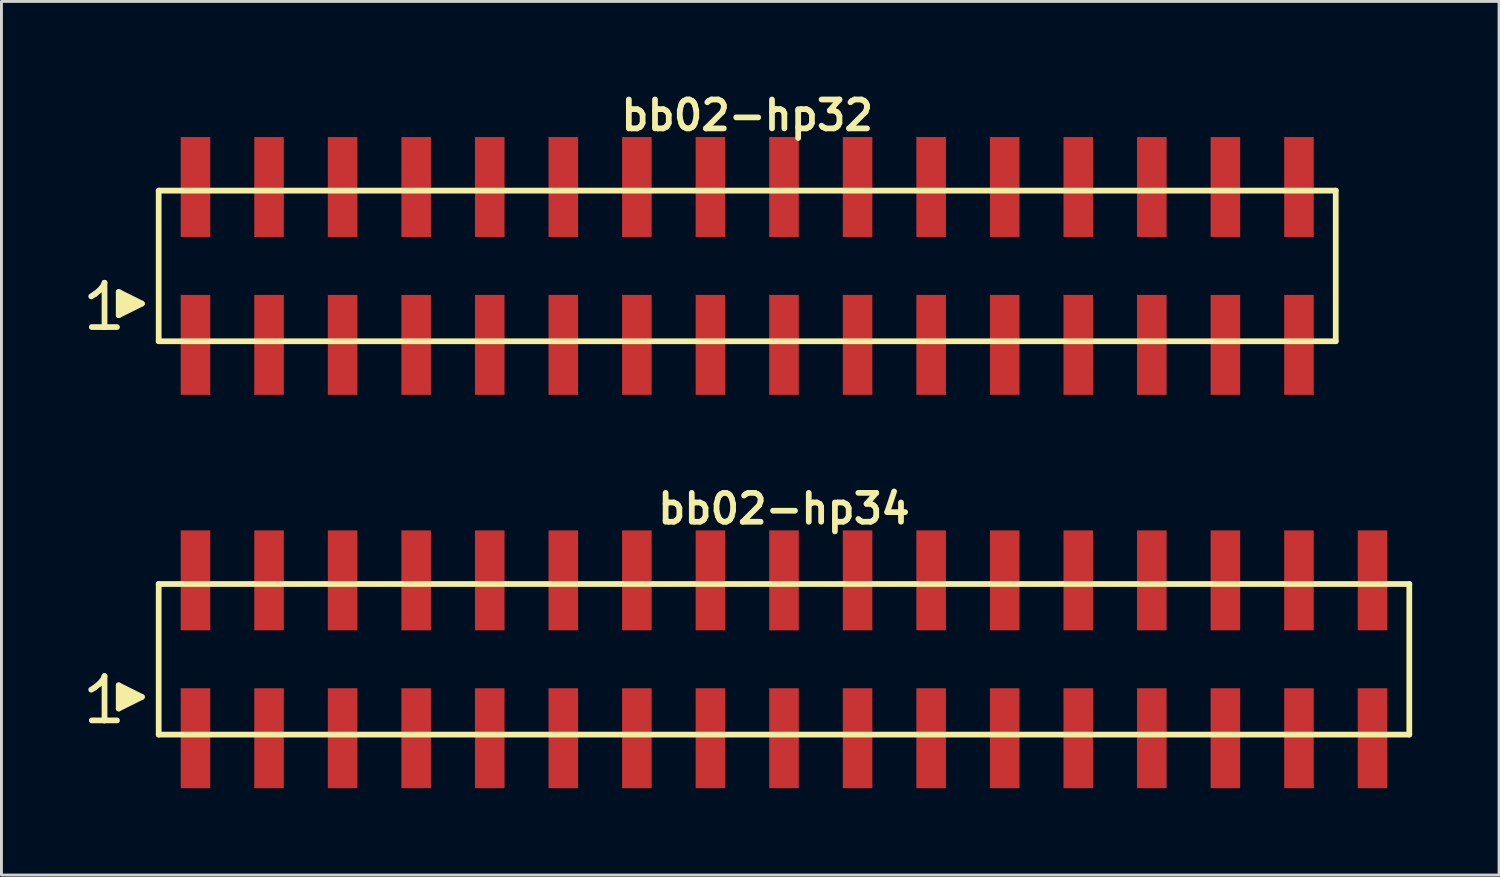
<source format=kicad_pcb>
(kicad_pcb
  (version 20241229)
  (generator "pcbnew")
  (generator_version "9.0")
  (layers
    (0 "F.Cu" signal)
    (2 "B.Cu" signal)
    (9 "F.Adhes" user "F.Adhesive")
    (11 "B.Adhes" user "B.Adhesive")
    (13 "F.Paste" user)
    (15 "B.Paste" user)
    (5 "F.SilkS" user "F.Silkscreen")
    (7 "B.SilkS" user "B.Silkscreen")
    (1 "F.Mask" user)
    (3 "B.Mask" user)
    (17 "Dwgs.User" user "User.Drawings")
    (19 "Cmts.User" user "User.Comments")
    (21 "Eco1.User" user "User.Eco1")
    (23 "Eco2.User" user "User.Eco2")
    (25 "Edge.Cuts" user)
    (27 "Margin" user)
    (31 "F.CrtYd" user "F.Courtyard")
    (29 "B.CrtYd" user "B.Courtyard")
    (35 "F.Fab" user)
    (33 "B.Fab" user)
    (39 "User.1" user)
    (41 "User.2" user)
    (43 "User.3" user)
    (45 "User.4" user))
  (footprint "bb02-hp32"
    (layer "F.Cu")
    (at 22.749 6.132)
    (property "Reference" "bb02-hp32" (at 0 -5.2 0) (layer "F.SilkS") (effects (font (size 0.998 0.998) (thickness 0.198))))
    (attr through_hole)
    (fp_line (start -22.65 1.05) (end -22.52 0.97) (stroke (width 0.198) (type solid)) (layer "F.SilkS"))
    (fp_line (start -22.52 0.97) (end -22.36 0.84) (stroke (width 0.198) (type solid)) (layer "F.SilkS"))
    (fp_line (start -22.36 0.84) (end -22.22 0.67) (stroke (width 0.198) (type solid)) (layer "F.SilkS"))
    (fp_line (start -22.22 0.67) (end -22.19 0.58) (stroke (width 0.198) (type solid)) (layer "F.SilkS"))
    (fp_line (start -22.19 0.58) (end -22.19 2.11) (stroke (width 0.198) (type solid)) (layer "F.SilkS"))
    (fp_line (start -22.19 2.11) (end -22.63 2.11) (stroke (width 0.198) (type solid)) (layer "F.SilkS"))
    (fp_line (start -21.76 2.11) (end -22.2 2.11) (stroke (width 0.198) (type solid)) (layer "F.SilkS"))
    (fp_line (start -21.7 0.9) (end -20.9 1.3) (stroke (width 0.198) (type solid)) (layer "F.SilkS"))
    (fp_line (start -21.7 1.7) (end -21.7 0.9) (stroke (width 0.198) (type solid)) (layer "F.SilkS"))
    (fp_line (start -21.6 1.6) (end -21.6 1) (stroke (width 0.198) (type solid)) (layer "F.SilkS"))
    (fp_line (start -21.5 1.1) (end -21.5 1.5) (stroke (width 0.198) (type solid)) (layer "F.SilkS"))
    (fp_line (start -21.4 1.5) (end -21.4 1.1) (stroke (width 0.198) (type solid)) (layer "F.SilkS"))
    (fp_line (start -21.3 1.2) (end -21.3 1.4) (stroke (width 0.198) (type solid)) (layer "F.SilkS"))
    (fp_line (start -21.2 1.4) (end -21.2 1.2) (stroke (width 0.198) (type solid)) (layer "F.SilkS"))
    (fp_line (start -20.9 1.3) (end -21.7 1.7) (stroke (width 0.198) (type solid)) (layer "F.SilkS"))
    (fp_line (start -20.32 -2.6) (end -20.32 2.6) (stroke (width 0.198) (type solid)) (layer "F.SilkS"))
    (fp_line (start -20.32 -2.6) (end 20.32 -2.6) (stroke (width 0.198) (type solid)) (layer "F.SilkS"))
    (fp_line (start 20.32 2.6) (end -20.32 2.6) (stroke (width 0.198) (type solid)) (layer "F.SilkS"))
    (fp_line (start 20.32 2.6) (end 20.32 -2.6) (stroke (width 0.198) (type solid)) (layer "F.SilkS"))
    (pad "1" smd rect (at -19.05 2.725) (size 1.02 3.45) (layers "F.Cu" "F.Mask" "F.Paste"))
    (pad "2" smd rect (at -19.05 -2.725) (size 1.02 3.45) (layers "F.Cu" "F.Mask" "F.Paste"))
    (pad "3" smd rect (at -16.51 2.725) (size 1.02 3.45) (layers "F.Cu" "F.Mask" "F.Paste"))
    (pad "4" smd rect (at -16.51 -2.725) (size 1.02 3.45) (layers "F.Cu" "F.Mask" "F.Paste"))
    (pad "5" smd rect (at -13.97 2.725) (size 1.02 3.45) (layers "F.Cu" "F.Mask" "F.Paste"))
    (pad "6" smd rect (at -13.97 -2.725) (size 1.02 3.45) (layers "F.Cu" "F.Mask" "F.Paste"))
    (pad "7" smd rect (at -11.43 2.725) (size 1.02 3.45) (layers "F.Cu" "F.Mask" "F.Paste"))
    (pad "8" smd rect (at -11.43 -2.725) (size 1.02 3.45) (layers "F.Cu" "F.Mask" "F.Paste"))
    (pad "9" smd rect (at -8.89 2.725) (size 1.02 3.45) (layers "F.Cu" "F.Mask" "F.Paste"))
    (pad "10" smd rect (at -8.89 -2.725) (size 1.02 3.45) (layers "F.Cu" "F.Mask" "F.Paste"))
    (pad "11" smd rect (at -6.35 2.725) (size 1.02 3.45) (layers "F.Cu" "F.Mask" "F.Paste"))
    (pad "12" smd rect (at -6.35 -2.725) (size 1.02 3.45) (layers "F.Cu" "F.Mask" "F.Paste"))
    (pad "13" smd rect (at -3.81 2.725) (size 1.02 3.45) (layers "F.Cu" "F.Mask" "F.Paste"))
    (pad "14" smd rect (at -3.81 -2.725) (size 1.02 3.45) (layers "F.Cu" "F.Mask" "F.Paste"))
    (pad "15" smd rect (at -1.27 2.725) (size 1.02 3.45) (layers "F.Cu" "F.Mask" "F.Paste"))
    (pad "16" smd rect (at -1.27 -2.725) (size 1.02 3.45) (layers "F.Cu" "F.Mask" "F.Paste"))
    (pad "17" smd rect (at 1.27 2.725) (size 1.02 3.45) (layers "F.Cu" "F.Mask" "F.Paste"))
    (pad "18" smd rect (at 1.27 -2.725) (size 1.02 3.45) (layers "F.Cu" "F.Mask" "F.Paste"))
    (pad "19" smd rect (at 3.81 2.725) (size 1.02 3.45) (layers "F.Cu" "F.Mask" "F.Paste"))
    (pad "20" smd rect (at 3.81 -2.725) (size 1.02 3.45) (layers "F.Cu" "F.Mask" "F.Paste"))
    (pad "21" smd rect (at 6.35 2.725) (size 1.02 3.45) (layers "F.Cu" "F.Mask" "F.Paste"))
    (pad "22" smd rect (at 6.35 -2.725) (size 1.02 3.45) (layers "F.Cu" "F.Mask" "F.Paste"))
    (pad "23" smd rect (at 8.89 2.725) (size 1.02 3.45) (layers "F.Cu" "F.Mask" "F.Paste"))
    (pad "24" smd rect (at 8.89 -2.725) (size 1.02 3.45) (layers "F.Cu" "F.Mask" "F.Paste"))
    (pad "25" smd rect (at 11.43 2.725) (size 1.02 3.45) (layers "F.Cu" "F.Mask" "F.Paste"))
    (pad "26" smd rect (at 11.43 -2.725) (size 1.02 3.45) (layers "F.Cu" "F.Mask" "F.Paste"))
    (pad "27" smd rect (at 13.97 2.725) (size 1.02 3.45) (layers "F.Cu" "F.Mask" "F.Paste"))
    (pad "28" smd rect (at 13.97 -2.725) (size 1.02 3.45) (layers "F.Cu" "F.Mask" "F.Paste"))
    (pad "29" smd rect (at 16.51 2.725) (size 1.02 3.45) (layers "F.Cu" "F.Mask" "F.Paste"))
    (pad "30" smd rect (at 16.51 -2.725) (size 1.02 3.45) (layers "F.Cu" "F.Mask" "F.Paste"))
    (pad "31" smd rect (at 19.05 2.725) (size 1.02 3.45) (layers "F.Cu" "F.Mask" "F.Paste"))
    (pad "32" smd rect (at 19.05 -2.725) (size 1.02 3.45) (layers "F.Cu" "F.Mask" "F.Paste")))
  (footprint "bb02-hp34"
    (layer "F.Cu")
    (at 24.019 19.713)
    (property "Reference" "bb02-hp34" (at 0 -5.2 0) (layer "F.SilkS") (effects (font (size 0.998 0.998) (thickness 0.198))))
    (attr through_hole)
    (fp_line (start -23.92 1.05) (end -23.79 0.97) (stroke (width 0.198) (type solid)) (layer "F.SilkS"))
    (fp_line (start -23.79 0.97) (end -23.63 0.84) (stroke (width 0.198) (type solid)) (layer "F.SilkS"))
    (fp_line (start -23.63 0.84) (end -23.49 0.67) (stroke (width 0.198) (type solid)) (layer "F.SilkS"))
    (fp_line (start -23.49 0.67) (end -23.46 0.58) (stroke (width 0.198) (type solid)) (layer "F.SilkS"))
    (fp_line (start -23.46 0.58) (end -23.46 2.11) (stroke (width 0.198) (type solid)) (layer "F.SilkS"))
    (fp_line (start -23.46 2.11) (end -23.9 2.11) (stroke (width 0.198) (type solid)) (layer "F.SilkS"))
    (fp_line (start -23.03 2.11) (end -23.47 2.11) (stroke (width 0.198) (type solid)) (layer "F.SilkS"))
    (fp_line (start -22.97 0.9) (end -22.17 1.3) (stroke (width 0.198) (type solid)) (layer "F.SilkS"))
    (fp_line (start -22.97 1.7) (end -22.97 0.9) (stroke (width 0.198) (type solid)) (layer "F.SilkS"))
    (fp_line (start -22.87 1.6) (end -22.87 1) (stroke (width 0.198) (type solid)) (layer "F.SilkS"))
    (fp_line (start -22.77 1.1) (end -22.77 1.5) (stroke (width 0.198) (type solid)) (layer "F.SilkS"))
    (fp_line (start -22.67 1.5) (end -22.67 1.1) (stroke (width 0.198) (type solid)) (layer "F.SilkS"))
    (fp_line (start -22.57 1.2) (end -22.57 1.4) (stroke (width 0.198) (type solid)) (layer "F.SilkS"))
    (fp_line (start -22.47 1.4) (end -22.47 1.2) (stroke (width 0.198) (type solid)) (layer "F.SilkS"))
    (fp_line (start -22.17 1.3) (end -22.97 1.7) (stroke (width 0.198) (type solid)) (layer "F.SilkS"))
    (fp_line (start -21.59 -2.6) (end -21.59 2.6) (stroke (width 0.198) (type solid)) (layer "F.SilkS"))
    (fp_line (start -21.59 -2.6) (end 21.59 -2.6) (stroke (width 0.198) (type solid)) (layer "F.SilkS"))
    (fp_line (start 21.59 2.6) (end -21.59 2.6) (stroke (width 0.198) (type solid)) (layer "F.SilkS"))
    (fp_line (start 21.59 2.6) (end 21.59 -2.6) (stroke (width 0.198) (type solid)) (layer "F.SilkS"))
    (pad "1" smd rect (at -20.32 2.725) (size 1.02 3.45) (layers "F.Cu" "F.Mask" "F.Paste"))
    (pad "2" smd rect (at -20.32 -2.725) (size 1.02 3.45) (layers "F.Cu" "F.Mask" "F.Paste"))
    (pad "3" smd rect (at -17.78 2.725) (size 1.02 3.45) (layers "F.Cu" "F.Mask" "F.Paste"))
    (pad "4" smd rect (at -17.78 -2.725) (size 1.02 3.45) (layers "F.Cu" "F.Mask" "F.Paste"))
    (pad "5" smd rect (at -15.24 2.725) (size 1.02 3.45) (layers "F.Cu" "F.Mask" "F.Paste"))
    (pad "6" smd rect (at -15.24 -2.725) (size 1.02 3.45) (layers "F.Cu" "F.Mask" "F.Paste"))
    (pad "7" smd rect (at -12.7 2.725) (size 1.02 3.45) (layers "F.Cu" "F.Mask" "F.Paste"))
    (pad "8" smd rect (at -12.7 -2.725) (size 1.02 3.45) (layers "F.Cu" "F.Mask" "F.Paste"))
    (pad "9" smd rect (at -10.16 2.725) (size 1.02 3.45) (layers "F.Cu" "F.Mask" "F.Paste"))
    (pad "10" smd rect (at -10.16 -2.725) (size 1.02 3.45) (layers "F.Cu" "F.Mask" "F.Paste"))
    (pad "11" smd rect (at -7.62 2.725) (size 1.02 3.45) (layers "F.Cu" "F.Mask" "F.Paste"))
    (pad "12" smd rect (at -7.62 -2.725) (size 1.02 3.45) (layers "F.Cu" "F.Mask" "F.Paste"))
    (pad "13" smd rect (at -5.08 2.725) (size 1.02 3.45) (layers "F.Cu" "F.Mask" "F.Paste"))
    (pad "14" smd rect (at -5.08 -2.725) (size 1.02 3.45) (layers "F.Cu" "F.Mask" "F.Paste"))
    (pad "15" smd rect (at -2.54 2.725) (size 1.02 3.45) (layers "F.Cu" "F.Mask" "F.Paste"))
    (pad "16" smd rect (at -2.54 -2.725) (size 1.02 3.45) (layers "F.Cu" "F.Mask" "F.Paste"))
    (pad "17" smd rect (at 0 2.725) (size 1.02 3.45) (layers "F.Cu" "F.Mask" "F.Paste"))
    (pad "18" smd rect (at 0 -2.725) (size 1.02 3.45) (layers "F.Cu" "F.Mask" "F.Paste"))
    (pad "19" smd rect (at 2.54 2.725) (size 1.02 3.45) (layers "F.Cu" "F.Mask" "F.Paste"))
    (pad "20" smd rect (at 2.54 -2.725) (size 1.02 3.45) (layers "F.Cu" "F.Mask" "F.Paste"))
    (pad "21" smd rect (at 5.08 2.725) (size 1.02 3.45) (layers "F.Cu" "F.Mask" "F.Paste"))
    (pad "22" smd rect (at 5.08 -2.725) (size 1.02 3.45) (layers "F.Cu" "F.Mask" "F.Paste"))
    (pad "23" smd rect (at 7.62 2.725) (size 1.02 3.45) (layers "F.Cu" "F.Mask" "F.Paste"))
    (pad "24" smd rect (at 7.62 -2.725) (size 1.02 3.45) (layers "F.Cu" "F.Mask" "F.Paste"))
    (pad "25" smd rect (at 10.16 2.725) (size 1.02 3.45) (layers "F.Cu" "F.Mask" "F.Paste"))
    (pad "26" smd rect (at 10.16 -2.725) (size 1.02 3.45) (layers "F.Cu" "F.Mask" "F.Paste"))
    (pad "27" smd rect (at 12.7 2.725) (size 1.02 3.45) (layers "F.Cu" "F.Mask" "F.Paste"))
    (pad "28" smd rect (at 12.7 -2.725) (size 1.02 3.45) (layers "F.Cu" "F.Mask" "F.Paste"))
    (pad "29" smd rect (at 15.24 2.725) (size 1.02 3.45) (layers "F.Cu" "F.Mask" "F.Paste"))
    (pad "30" smd rect (at 15.24 -2.725) (size 1.02 3.45) (layers "F.Cu" "F.Mask" "F.Paste"))
    (pad "31" smd rect (at 17.78 2.725) (size 1.02 3.45) (layers "F.Cu" "F.Mask" "F.Paste"))
    (pad "32" smd rect (at 17.78 -2.725) (size 1.02 3.45) (layers "F.Cu" "F.Mask" "F.Paste"))
    (pad "33" smd rect (at 20.32 2.725) (size 1.02 3.45) (layers "F.Cu" "F.Mask" "F.Paste"))
    (pad "34" smd rect (at 20.32 -2.725) (size 1.02 3.45) (layers "F.Cu" "F.Mask" "F.Paste")))
  (gr_rect
    (start -3 -3)
    (end 48.708 27.163)
    (stroke (width 0.1) (type default))
    (fill no)
    (layer "Edge.Cuts")))
</source>
